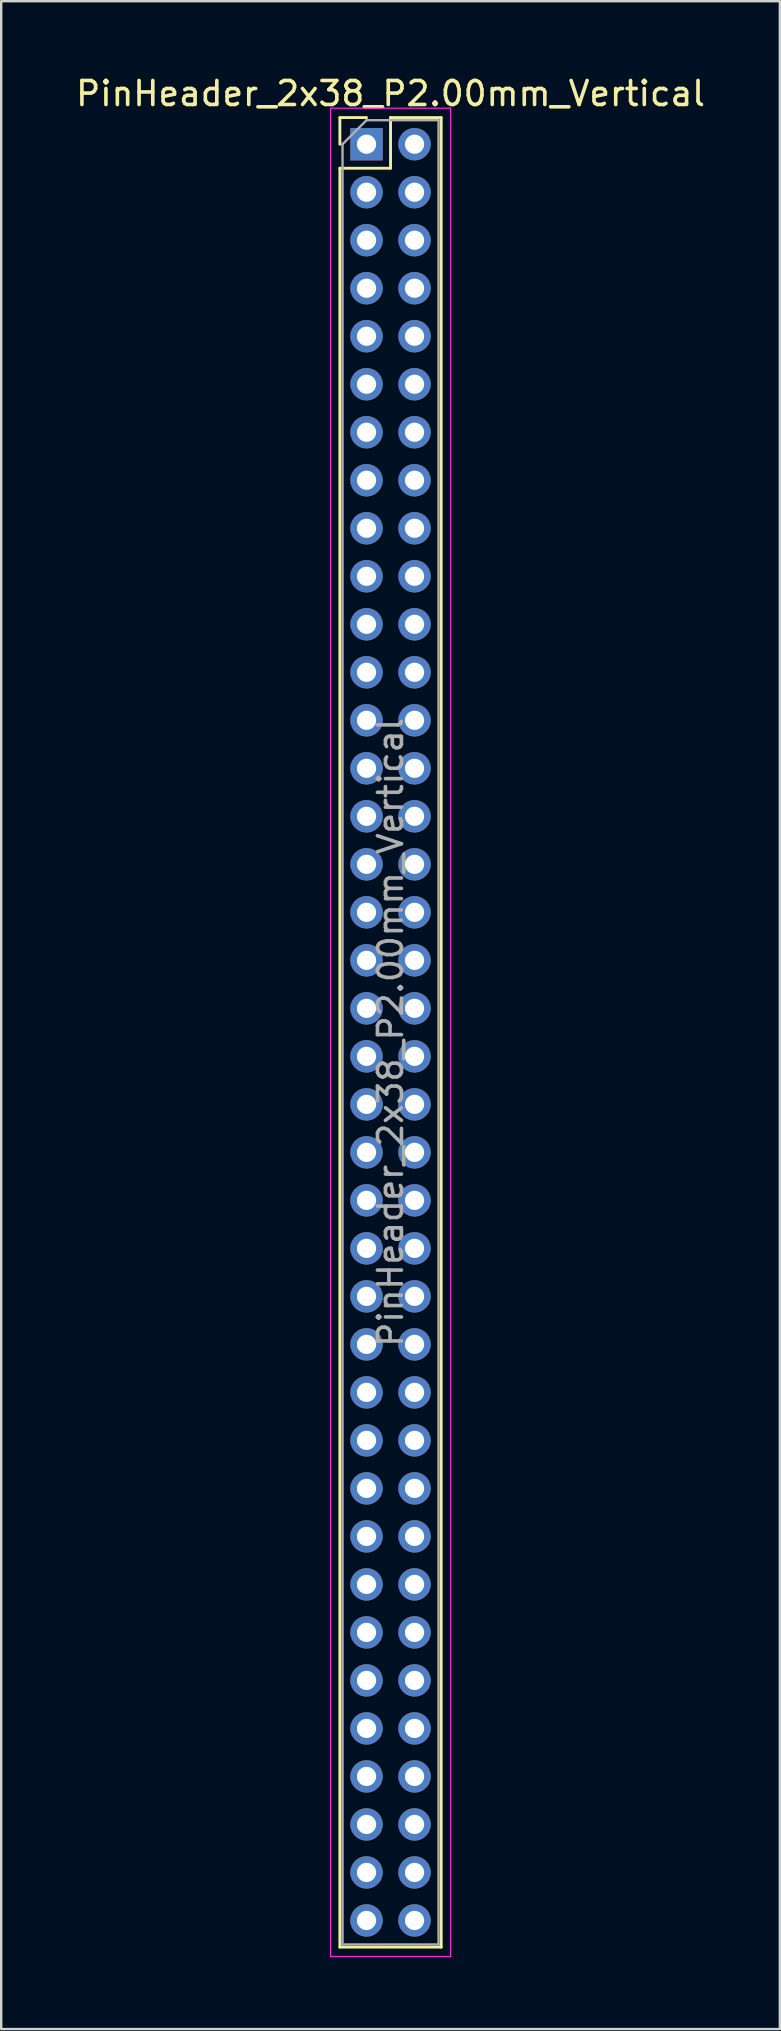
<source format=kicad_pcb>
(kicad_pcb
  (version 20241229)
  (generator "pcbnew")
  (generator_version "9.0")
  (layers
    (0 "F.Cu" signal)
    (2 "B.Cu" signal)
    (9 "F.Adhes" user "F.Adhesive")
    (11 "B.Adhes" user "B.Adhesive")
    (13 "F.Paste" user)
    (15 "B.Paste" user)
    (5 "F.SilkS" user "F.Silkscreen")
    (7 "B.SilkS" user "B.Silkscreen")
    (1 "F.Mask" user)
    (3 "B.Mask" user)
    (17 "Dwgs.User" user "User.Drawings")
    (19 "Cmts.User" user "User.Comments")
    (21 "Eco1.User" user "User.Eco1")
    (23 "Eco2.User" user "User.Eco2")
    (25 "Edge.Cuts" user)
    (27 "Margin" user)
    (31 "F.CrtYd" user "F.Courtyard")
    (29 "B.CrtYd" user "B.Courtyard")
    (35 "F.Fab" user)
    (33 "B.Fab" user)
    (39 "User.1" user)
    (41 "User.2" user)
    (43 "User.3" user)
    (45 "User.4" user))
  (footprint "PinHeader_2x38_P2.00mm_Vertical"
    (layer "F.Cu")
    (at 12.22 2.958)
    (property "Reference" "PinHeader_2x38_P2.00mm_Vertical" (at 1 -2.11 0) (layer "F.SilkS") (effects (font (size 1 1) (thickness 0.15))))
    (attr through_hole)
    (fp_line (start -1.11 -1.11) (end 0 -1.11) (stroke (width 0.12) (type solid)) (layer "F.SilkS"))
    (fp_line (start -1.11 0) (end -1.11 -1.11) (stroke (width 0.12) (type solid)) (layer "F.SilkS"))
    (fp_line (start -1.11 1) (end -1.11 75.11) (stroke (width 0.12) (type solid)) (layer "F.SilkS"))
    (fp_line (start -1.11 1) (end 1 1) (stroke (width 0.12) (type solid)) (layer "F.SilkS"))
    (fp_line (start -1.11 75.11) (end 3.11 75.11) (stroke (width 0.12) (type solid)) (layer "F.SilkS"))
    (fp_line (start 1 -1.11) (end 3.11 -1.11) (stroke (width 0.12) (type solid)) (layer "F.SilkS"))
    (fp_line (start 1 1) (end 1 -1.11) (stroke (width 0.12) (type solid)) (layer "F.SilkS"))
    (fp_line (start 3.11 -1.11) (end 3.11 75.11) (stroke (width 0.12) (type solid)) (layer "F.SilkS"))
    (fp_line (start -1.5 -1.5) (end -1.5 75.5) (stroke (width 0.05) (type solid)) (layer "F.CrtYd"))
    (fp_line (start -1.5 75.5) (end 3.5 75.5) (stroke (width 0.05) (type solid)) (layer "F.CrtYd"))
    (fp_line (start 3.5 -1.5) (end -1.5 -1.5) (stroke (width 0.05) (type solid)) (layer "F.CrtYd"))
    (fp_line (start 3.5 75.5) (end 3.5 -1.5) (stroke (width 0.05) (type solid)) (layer "F.CrtYd"))
    (fp_line (start -1 0) (end 0 -1) (stroke (width 0.1) (type solid)) (layer "F.Fab"))
    (fp_line (start -1 75) (end -1 0) (stroke (width 0.1) (type solid)) (layer "F.Fab"))
    (fp_line (start 0 -1) (end 3 -1) (stroke (width 0.1) (type solid)) (layer "F.Fab"))
    (fp_line (start 3 -1) (end 3 75) (stroke (width 0.1) (type solid)) (layer "F.Fab"))
    (fp_line (start 3 75) (end -1 75) (stroke (width 0.1) (type solid)) (layer "F.Fab"))
    (fp_text user "${REFERENCE}" (at 1 37 90) (layer "F.Fab") (effects (font (size 1 1) (thickness 0.15))))
    (pad "1" thru_hole rect (at 0 0) (size 1.35 1.35) (drill 0.8) (layers "*.Cu" "*.Mask"))
    (pad "2" thru_hole circle (at 2 0) (size 1.35 1.35) (drill 0.8) (layers "*.Cu" "*.Mask"))
    (pad "3" thru_hole circle (at 0 2) (size 1.35 1.35) (drill 0.8) (layers "*.Cu" "*.Mask"))
    (pad "4" thru_hole circle (at 2 2) (size 1.35 1.35) (drill 0.8) (layers "*.Cu" "*.Mask"))
    (pad "5" thru_hole circle (at 0 4) (size 1.35 1.35) (drill 0.8) (layers "*.Cu" "*.Mask"))
    (pad "6" thru_hole circle (at 2 4) (size 1.35 1.35) (drill 0.8) (layers "*.Cu" "*.Mask"))
    (pad "7" thru_hole circle (at 0 6) (size 1.35 1.35) (drill 0.8) (layers "*.Cu" "*.Mask"))
    (pad "8" thru_hole circle (at 2 6) (size 1.35 1.35) (drill 0.8) (layers "*.Cu" "*.Mask"))
    (pad "9" thru_hole circle (at 0 8) (size 1.35 1.35) (drill 0.8) (layers "*.Cu" "*.Mask"))
    (pad "10" thru_hole circle (at 2 8) (size 1.35 1.35) (drill 0.8) (layers "*.Cu" "*.Mask"))
    (pad "11" thru_hole circle (at 0 10) (size 1.35 1.35) (drill 0.8) (layers "*.Cu" "*.Mask"))
    (pad "12" thru_hole circle (at 2 10) (size 1.35 1.35) (drill 0.8) (layers "*.Cu" "*.Mask"))
    (pad "13" thru_hole circle (at 0 12) (size 1.35 1.35) (drill 0.8) (layers "*.Cu" "*.Mask"))
    (pad "14" thru_hole circle (at 2 12) (size 1.35 1.35) (drill 0.8) (layers "*.Cu" "*.Mask"))
    (pad "15" thru_hole circle (at 0 14) (size 1.35 1.35) (drill 0.8) (layers "*.Cu" "*.Mask"))
    (pad "16" thru_hole circle (at 2 14) (size 1.35 1.35) (drill 0.8) (layers "*.Cu" "*.Mask"))
    (pad "17" thru_hole circle (at 0 16) (size 1.35 1.35) (drill 0.8) (layers "*.Cu" "*.Mask"))
    (pad "18" thru_hole circle (at 2 16) (size 1.35 1.35) (drill 0.8) (layers "*.Cu" "*.Mask"))
    (pad "19" thru_hole circle (at 0 18) (size 1.35 1.35) (drill 0.8) (layers "*.Cu" "*.Mask"))
    (pad "20" thru_hole circle (at 2 18) (size 1.35 1.35) (drill 0.8) (layers "*.Cu" "*.Mask"))
    (pad "21" thru_hole circle (at 0 20) (size 1.35 1.35) (drill 0.8) (layers "*.Cu" "*.Mask"))
    (pad "22" thru_hole circle (at 2 20) (size 1.35 1.35) (drill 0.8) (layers "*.Cu" "*.Mask"))
    (pad "23" thru_hole circle (at 0 22) (size 1.35 1.35) (drill 0.8) (layers "*.Cu" "*.Mask"))
    (pad "24" thru_hole circle (at 2 22) (size 1.35 1.35) (drill 0.8) (layers "*.Cu" "*.Mask"))
    (pad "25" thru_hole circle (at 0 24) (size 1.35 1.35) (drill 0.8) (layers "*.Cu" "*.Mask"))
    (pad "26" thru_hole circle (at 2 24) (size 1.35 1.35) (drill 0.8) (layers "*.Cu" "*.Mask"))
    (pad "27" thru_hole circle (at 0 26) (size 1.35 1.35) (drill 0.8) (layers "*.Cu" "*.Mask"))
    (pad "28" thru_hole circle (at 2 26) (size 1.35 1.35) (drill 0.8) (layers "*.Cu" "*.Mask"))
    (pad "29" thru_hole circle (at 0 28) (size 1.35 1.35) (drill 0.8) (layers "*.Cu" "*.Mask"))
    (pad "30" thru_hole circle (at 2 28) (size 1.35 1.35) (drill 0.8) (layers "*.Cu" "*.Mask"))
    (pad "31" thru_hole circle (at 0 30) (size 1.35 1.35) (drill 0.8) (layers "*.Cu" "*.Mask"))
    (pad "32" thru_hole circle (at 2 30) (size 1.35 1.35) (drill 0.8) (layers "*.Cu" "*.Mask"))
    (pad "33" thru_hole circle (at 0 32) (size 1.35 1.35) (drill 0.8) (layers "*.Cu" "*.Mask"))
    (pad "34" thru_hole circle (at 2 32) (size 1.35 1.35) (drill 0.8) (layers "*.Cu" "*.Mask"))
    (pad "35" thru_hole circle (at 0 34) (size 1.35 1.35) (drill 0.8) (layers "*.Cu" "*.Mask"))
    (pad "36" thru_hole circle (at 2 34) (size 1.35 1.35) (drill 0.8) (layers "*.Cu" "*.Mask"))
    (pad "37" thru_hole circle (at 0 36) (size 1.35 1.35) (drill 0.8) (layers "*.Cu" "*.Mask"))
    (pad "38" thru_hole circle (at 2 36) (size 1.35 1.35) (drill 0.8) (layers "*.Cu" "*.Mask"))
    (pad "39" thru_hole circle (at 0 38) (size 1.35 1.35) (drill 0.8) (layers "*.Cu" "*.Mask"))
    (pad "40" thru_hole circle (at 2 38) (size 1.35 1.35) (drill 0.8) (layers "*.Cu" "*.Mask"))
    (pad "41" thru_hole circle (at 0 40) (size 1.35 1.35) (drill 0.8) (layers "*.Cu" "*.Mask"))
    (pad "42" thru_hole circle (at 2 40) (size 1.35 1.35) (drill 0.8) (layers "*.Cu" "*.Mask"))
    (pad "43" thru_hole circle (at 0 42) (size 1.35 1.35) (drill 0.8) (layers "*.Cu" "*.Mask"))
    (pad "44" thru_hole circle (at 2 42) (size 1.35 1.35) (drill 0.8) (layers "*.Cu" "*.Mask"))
    (pad "45" thru_hole circle (at 0 44) (size 1.35 1.35) (drill 0.8) (layers "*.Cu" "*.Mask"))
    (pad "46" thru_hole circle (at 2 44) (size 1.35 1.35) (drill 0.8) (layers "*.Cu" "*.Mask"))
    (pad "47" thru_hole circle (at 0 46) (size 1.35 1.35) (drill 0.8) (layers "*.Cu" "*.Mask"))
    (pad "48" thru_hole circle (at 2 46) (size 1.35 1.35) (drill 0.8) (layers "*.Cu" "*.Mask"))
    (pad "49" thru_hole circle (at 0 48) (size 1.35 1.35) (drill 0.8) (layers "*.Cu" "*.Mask"))
    (pad "50" thru_hole circle (at 2 48) (size 1.35 1.35) (drill 0.8) (layers "*.Cu" "*.Mask"))
    (pad "51" thru_hole circle (at 0 50) (size 1.35 1.35) (drill 0.8) (layers "*.Cu" "*.Mask"))
    (pad "52" thru_hole circle (at 2 50) (size 1.35 1.35) (drill 0.8) (layers "*.Cu" "*.Mask"))
    (pad "53" thru_hole circle (at 0 52) (size 1.35 1.35) (drill 0.8) (layers "*.Cu" "*.Mask"))
    (pad "54" thru_hole circle (at 2 52) (size 1.35 1.35) (drill 0.8) (layers "*.Cu" "*.Mask"))
    (pad "55" thru_hole circle (at 0 54) (size 1.35 1.35) (drill 0.8) (layers "*.Cu" "*.Mask"))
    (pad "56" thru_hole circle (at 2 54) (size 1.35 1.35) (drill 0.8) (layers "*.Cu" "*.Mask"))
    (pad "57" thru_hole circle (at 0 56) (size 1.35 1.35) (drill 0.8) (layers "*.Cu" "*.Mask"))
    (pad "58" thru_hole circle (at 2 56) (size 1.35 1.35) (drill 0.8) (layers "*.Cu" "*.Mask"))
    (pad "59" thru_hole circle (at 0 58) (size 1.35 1.35) (drill 0.8) (layers "*.Cu" "*.Mask"))
    (pad "60" thru_hole circle (at 2 58) (size 1.35 1.35) (drill 0.8) (layers "*.Cu" "*.Mask"))
    (pad "61" thru_hole circle (at 0 60) (size 1.35 1.35) (drill 0.8) (layers "*.Cu" "*.Mask"))
    (pad "62" thru_hole circle (at 2 60) (size 1.35 1.35) (drill 0.8) (layers "*.Cu" "*.Mask"))
    (pad "63" thru_hole circle (at 0 62) (size 1.35 1.35) (drill 0.8) (layers "*.Cu" "*.Mask"))
    (pad "64" thru_hole circle (at 2 62) (size 1.35 1.35) (drill 0.8) (layers "*.Cu" "*.Mask"))
    (pad "65" thru_hole circle (at 0 64) (size 1.35 1.35) (drill 0.8) (layers "*.Cu" "*.Mask"))
    (pad "66" thru_hole circle (at 2 64) (size 1.35 1.35) (drill 0.8) (layers "*.Cu" "*.Mask"))
    (pad "67" thru_hole circle (at 0 66) (size 1.35 1.35) (drill 0.8) (layers "*.Cu" "*.Mask"))
    (pad "68" thru_hole circle (at 2 66) (size 1.35 1.35) (drill 0.8) (layers "*.Cu" "*.Mask"))
    (pad "69" thru_hole circle (at 0 68) (size 1.35 1.35) (drill 0.8) (layers "*.Cu" "*.Mask"))
    (pad "70" thru_hole circle (at 2 68) (size 1.35 1.35) (drill 0.8) (layers "*.Cu" "*.Mask"))
    (pad "71" thru_hole circle (at 0 70) (size 1.35 1.35) (drill 0.8) (layers "*.Cu" "*.Mask"))
    (pad "72" thru_hole circle (at 2 70) (size 1.35 1.35) (drill 0.8) (layers "*.Cu" "*.Mask"))
    (pad "73" thru_hole circle (at 0 72) (size 1.35 1.35) (drill 0.8) (layers "*.Cu" "*.Mask"))
    (pad "74" thru_hole circle (at 2 72) (size 1.35 1.35) (drill 0.8) (layers "*.Cu" "*.Mask"))
    (pad "75" thru_hole circle (at 0 74) (size 1.35 1.35) (drill 0.8) (layers "*.Cu" "*.Mask"))
    (pad "76" thru_hole circle (at 2 74) (size 1.35 1.35) (drill 0.8) (layers "*.Cu" "*.Mask")))
  (gr_rect
    (start -3 -3)
    (end 29.44 81.483)
    (stroke (width 0.1) (type default))
    (fill no)
    (layer "Edge.Cuts")))
</source>
